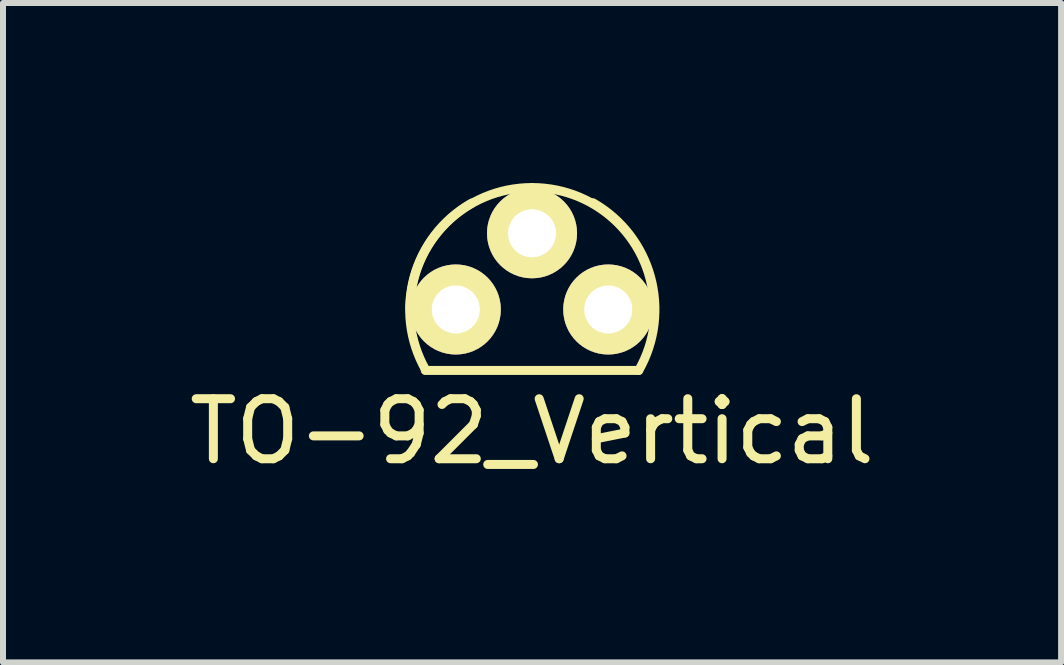
<source format=kicad_pcb>
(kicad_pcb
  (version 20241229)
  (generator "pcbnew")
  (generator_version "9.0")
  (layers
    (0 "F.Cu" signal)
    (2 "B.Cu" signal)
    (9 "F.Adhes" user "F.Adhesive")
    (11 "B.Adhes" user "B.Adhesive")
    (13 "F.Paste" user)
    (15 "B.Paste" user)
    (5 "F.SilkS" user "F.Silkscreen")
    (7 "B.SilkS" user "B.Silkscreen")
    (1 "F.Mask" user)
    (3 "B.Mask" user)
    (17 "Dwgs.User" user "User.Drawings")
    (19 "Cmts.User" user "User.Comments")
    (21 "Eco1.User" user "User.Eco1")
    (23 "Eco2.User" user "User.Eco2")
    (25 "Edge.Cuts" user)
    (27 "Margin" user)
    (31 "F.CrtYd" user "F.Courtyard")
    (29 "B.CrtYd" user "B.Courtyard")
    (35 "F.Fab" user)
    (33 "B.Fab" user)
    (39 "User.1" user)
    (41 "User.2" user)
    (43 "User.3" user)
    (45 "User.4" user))
  (footprint "TO-92_Vertical"
    (layer "F.Cu")
    (at 5.815 2.107)
    (property "Reference" "TO-92_Vertical" (at 0 2.032 0) (layer "F.SilkS") (effects (font (size 1 1) (thickness 0.15))))
    (attr through_hole)
    (fp_line (start -1.778 1.016) (end 1.778 1.016) (stroke (width 0.15) (type solid)) (layer "F.SilkS"))
    (fp_arc (start -2.032 0) (mid -1.436841 -1.436841) (end 0 -2.032) (stroke (width 0.15) (type solid)) (layer "F.SilkS"))
    (fp_arc (start -1.77292 1.00584) (mid -1.96488 -0.542407) (end -1.00584 -1.77292) (stroke (width 0.15) (type solid)) (layer "F.SilkS"))
    (fp_arc (start 0 -2.032) (mid 1.436841 -1.436841) (end 2.032 0) (stroke (width 0.15) (type solid)) (layer "F.SilkS"))
    (fp_arc (start 1.016 -1.778) (mid 1.975656 -0.538815) (end 1.778 1.016) (stroke (width 0.15) (type solid)) (layer "F.SilkS"))
    (pad "1" thru_hole circle (at -1.27 0) (size 1.5 1.5) (drill 0.8) (layers "*.Cu" "*.Mask" "F.SilkS"))
    (pad "2" thru_hole circle (at 0 -1.27) (size 1.5 1.5) (drill 0.8) (layers "*.Cu" "*.Mask" "F.SilkS"))
    (pad "3" thru_hole circle (at 1.27 0) (size 1.5 1.5) (drill 0.8) (layers "*.Cu" "*.Mask" "F.SilkS")))
  (gr_rect
    (start -3 -3)
    (end 14.631 7.987)
    (stroke (width 0.1) (type default))
    (fill no)
    (layer "Edge.Cuts")))
</source>
